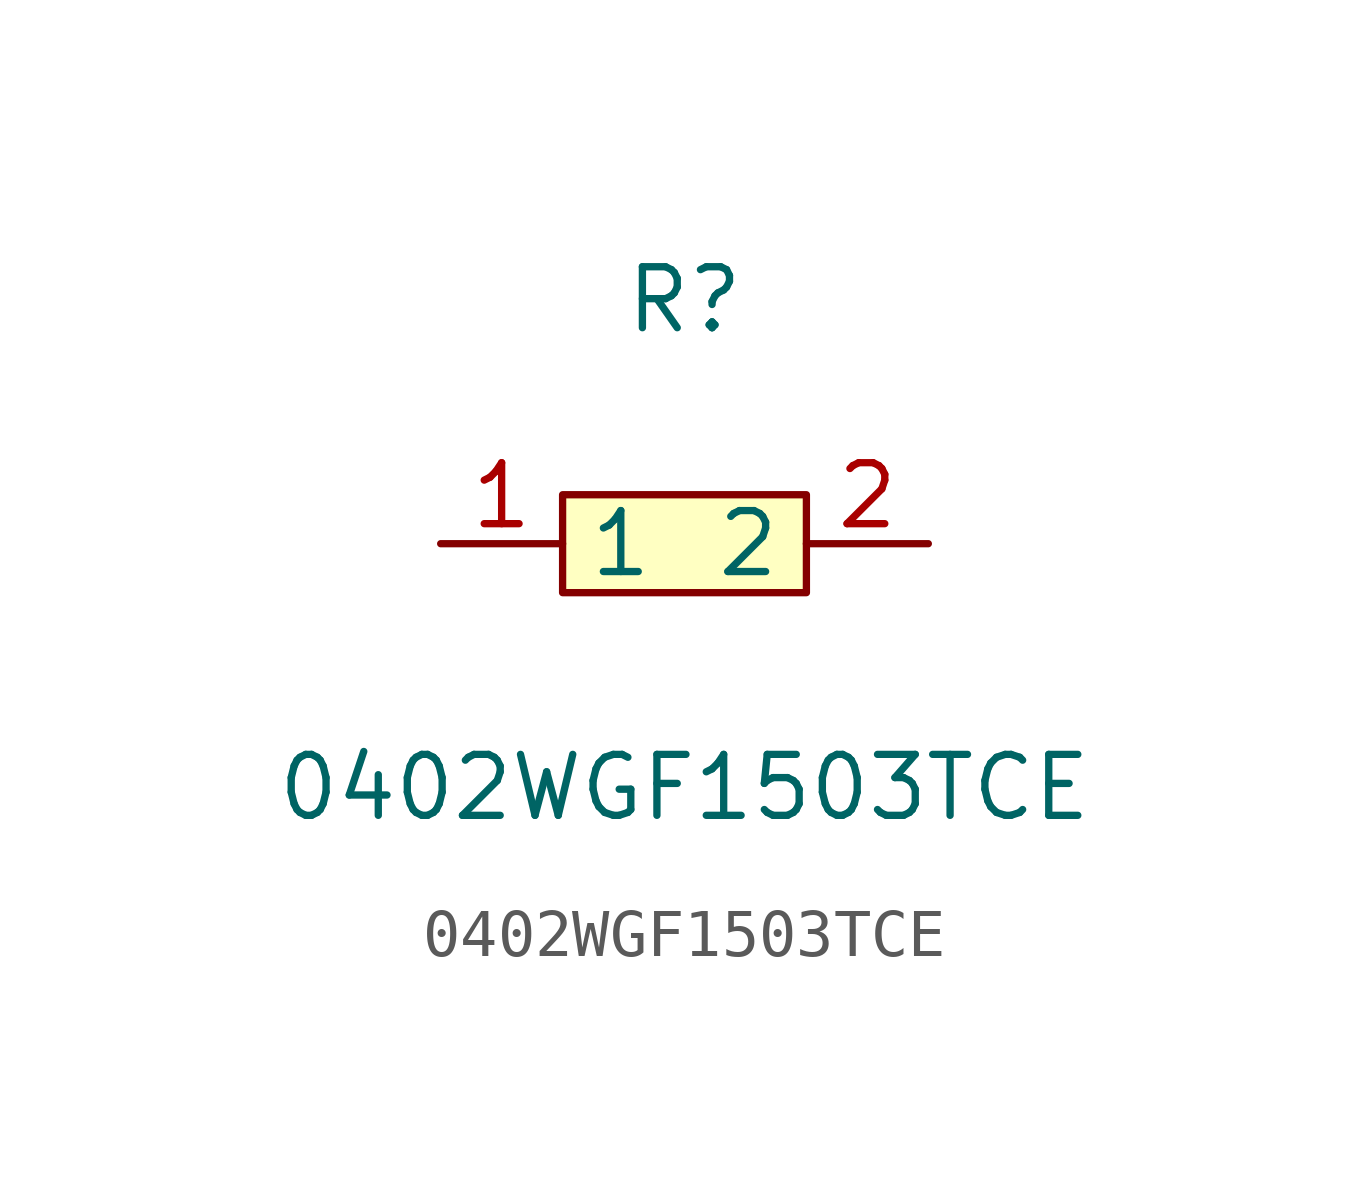
<source format=kicad_sym>
(kicad_symbol_lib
  (version 20211014)
  (generator https://github.com/uPesy/easyeda2kicad.py)
  (symbol "0402WGF1503TCE"
    (property "Reference" "R"
      (at 0 5.08 0)
      (effects (font (size 1.27 1.27))))
    (property "Value" "0402WGF1503TCE"
      (at 0 -5.08 0)
      (effects (font (size 1.27 1.27))))
    (symbol "0402WGF1503TCE_0_1"
      (rectangle (start -2.54 1.02) (end 2.54 -1.02) (stroke (width 0) (type default) (color 0 0 0 0)) (fill (type background)))
      (pin input line (at 5.08 -0.00 180) (length 2.54) (name "2" (effects (font (size 1.27 1.27)))) (number "2" (effects (font (size 1.27 1.27)))))
      (pin input line (at -5.08 -0.00 0) (length 2.54) (name "1" (effects (font (size 1.27 1.27)))) (number "1" (effects (font (size 1.27 1.27))))))))
</source>
